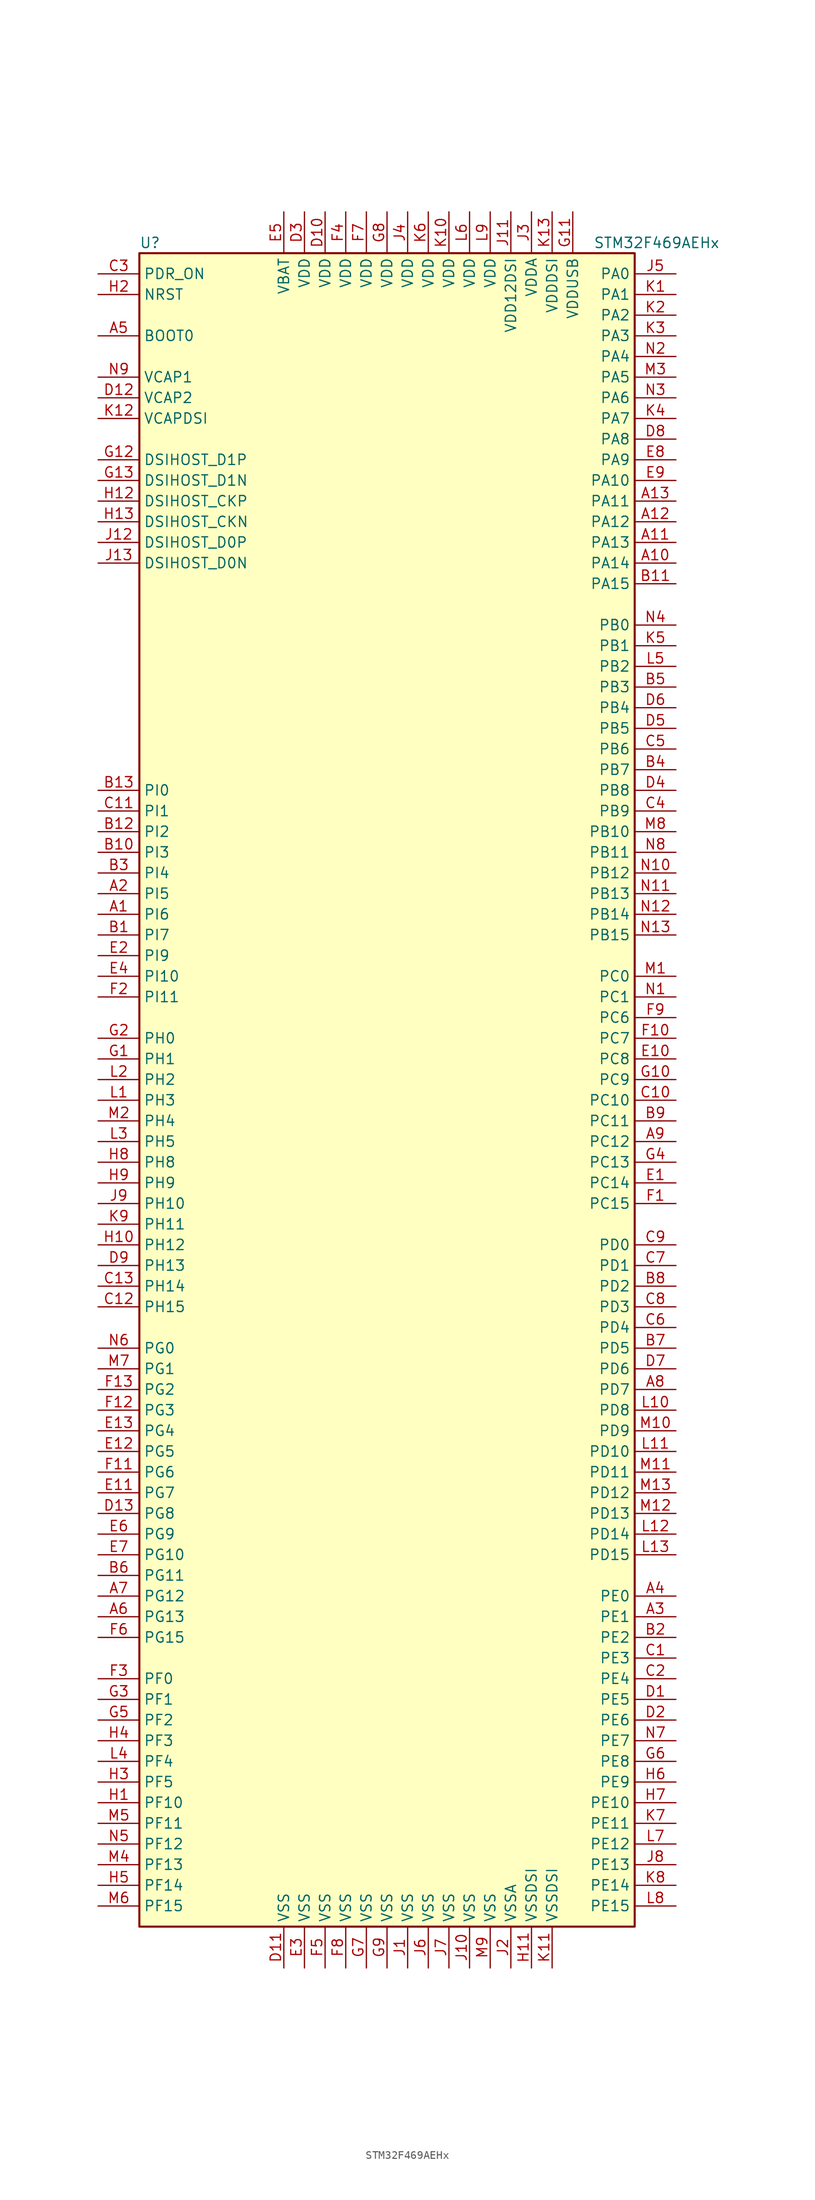
<source format=kicad_sym>
(kicad_symbol_lib
  (version 20201005)
  (generator kicad_symbol_editor)
  (symbol "STM32F469AEHx"
    (property "Reference" "U"
      (at -30.48 102.87 0)
      (effects (font (size 1.27 1.27)) (justify left)))
    (property "Value" "STM32F469AEHx"
      (at 25.4 102.87 0)
      (effects (font (size 1.27 1.27)) (justify left)))
    (symbol "STM32F469AEHx_0_1"
      (rectangle (start -30.48 -104.14) (end 30.48 101.6) (stroke (width 0.254)) (fill (type background))))
    (symbol "STM32F469AEHx_1_1"
      (pin bidirectional line (at -35.56 20.32 0) (length 5.08) (name "PI6" (effects (font (size 1.27 1.27)))) (number "A1" (effects (font (size 1.27 1.27)))))
      (pin bidirectional line (at 35.56 63.5 180) (length 5.08) (name "PA14" (effects (font (size 1.27 1.27)))) (number "A10" (effects (font (size 1.27 1.27)))))
      (pin bidirectional line (at 35.56 66.04 180) (length 5.08) (name "PA13" (effects (font (size 1.27 1.27)))) (number "A11" (effects (font (size 1.27 1.27)))))
      (pin bidirectional line (at 35.56 68.58 180) (length 5.08) (name "PA12" (effects (font (size 1.27 1.27)))) (number "A12" (effects (font (size 1.27 1.27)))))
      (pin bidirectional line (at 35.56 71.12 180) (length 5.08) (name "PA11" (effects (font (size 1.27 1.27)))) (number "A13" (effects (font (size 1.27 1.27)))))
      (pin bidirectional line (at -35.56 22.86 0) (length 5.08) (name "PI5" (effects (font (size 1.27 1.27)))) (number "A2" (effects (font (size 1.27 1.27)))))
      (pin bidirectional line (at 35.56 -66.04 180) (length 5.08) (name "PE1" (effects (font (size 1.27 1.27)))) (number "A3" (effects (font (size 1.27 1.27)))))
      (pin bidirectional line (at 35.56 -63.5 180) (length 5.08) (name "PE0" (effects (font (size 1.27 1.27)))) (number "A4" (effects (font (size 1.27 1.27)))))
      (pin input line (at -35.56 91.44 0) (length 5.08) (name "BOOT0" (effects (font (size 1.27 1.27)))) (number "A5" (effects (font (size 1.27 1.27)))))
      (pin bidirectional line (at -35.56 -66.04 0) (length 5.08) (name "PG13" (effects (font (size 1.27 1.27)))) (number "A6" (effects (font (size 1.27 1.27)))))
      (pin bidirectional line (at -35.56 -63.5 0) (length 5.08) (name "PG12" (effects (font (size 1.27 1.27)))) (number "A7" (effects (font (size 1.27 1.27)))))
      (pin bidirectional line (at 35.56 -38.1 180) (length 5.08) (name "PD7" (effects (font (size 1.27 1.27)))) (number "A8" (effects (font (size 1.27 1.27)))))
      (pin bidirectional line (at 35.56 -7.62 180) (length 5.08) (name "PC12" (effects (font (size 1.27 1.27)))) (number "A9" (effects (font (size 1.27 1.27)))))
      (pin bidirectional line (at -35.56 17.78 0) (length 5.08) (name "PI7" (effects (font (size 1.27 1.27)))) (number "B1" (effects (font (size 1.27 1.27)))))
      (pin bidirectional line (at -35.56 27.94 0) (length 5.08) (name "PI3" (effects (font (size 1.27 1.27)))) (number "B10" (effects (font (size 1.27 1.27)))))
      (pin bidirectional line (at 35.56 60.96 180) (length 5.08) (name "PA15" (effects (font (size 1.27 1.27)))) (number "B11" (effects (font (size 1.27 1.27)))))
      (pin bidirectional line (at -35.56 30.48 0) (length 5.08) (name "PI2" (effects (font (size 1.27 1.27)))) (number "B12" (effects (font (size 1.27 1.27)))))
      (pin bidirectional line (at -35.56 35.56 0) (length 5.08) (name "PI0" (effects (font (size 1.27 1.27)))) (number "B13" (effects (font (size 1.27 1.27)))))
      (pin bidirectional line (at 35.56 -68.58 180) (length 5.08) (name "PE2" (effects (font (size 1.27 1.27)))) (number "B2" (effects (font (size 1.27 1.27)))))
      (pin bidirectional line (at -35.56 25.4 0) (length 5.08) (name "PI4" (effects (font (size 1.27 1.27)))) (number "B3" (effects (font (size 1.27 1.27)))))
      (pin bidirectional line (at 35.56 38.1 180) (length 5.08) (name "PB7" (effects (font (size 1.27 1.27)))) (number "B4" (effects (font (size 1.27 1.27)))))
      (pin bidirectional line (at 35.56 48.26 180) (length 5.08) (name "PB3" (effects (font (size 1.27 1.27)))) (number "B5" (effects (font (size 1.27 1.27)))))
      (pin bidirectional line (at -35.56 -60.96 0) (length 5.08) (name "PG11" (effects (font (size 1.27 1.27)))) (number "B6" (effects (font (size 1.27 1.27)))))
      (pin bidirectional line (at 35.56 -33.02 180) (length 5.08) (name "PD5" (effects (font (size 1.27 1.27)))) (number "B7" (effects (font (size 1.27 1.27)))))
      (pin bidirectional line (at 35.56 -25.4 180) (length 5.08) (name "PD2" (effects (font (size 1.27 1.27)))) (number "B8" (effects (font (size 1.27 1.27)))))
      (pin bidirectional line (at 35.56 -5.08 180) (length 5.08) (name "PC11" (effects (font (size 1.27 1.27)))) (number "B9" (effects (font (size 1.27 1.27)))))
      (pin bidirectional line (at 35.56 -71.12 180) (length 5.08) (name "PE3" (effects (font (size 1.27 1.27)))) (number "C1" (effects (font (size 1.27 1.27)))))
      (pin bidirectional line (at 35.56 -2.54 180) (length 5.08) (name "PC10" (effects (font (size 1.27 1.27)))) (number "C10" (effects (font (size 1.27 1.27)))))
      (pin bidirectional line (at -35.56 33.02 0) (length 5.08) (name "PI1" (effects (font (size 1.27 1.27)))) (number "C11" (effects (font (size 1.27 1.27)))))
      (pin bidirectional line (at -35.56 -27.94 0) (length 5.08) (name "PH15" (effects (font (size 1.27 1.27)))) (number "C12" (effects (font (size 1.27 1.27)))))
      (pin bidirectional line (at -35.56 -25.4 0) (length 5.08) (name "PH14" (effects (font (size 1.27 1.27)))) (number "C13" (effects (font (size 1.27 1.27)))))
      (pin bidirectional line (at 35.56 -73.66 180) (length 5.08) (name "PE4" (effects (font (size 1.27 1.27)))) (number "C2" (effects (font (size 1.27 1.27)))))
      (pin input line (at -35.56 99.06 0) (length 5.08) (name "PDR_ON" (effects (font (size 1.27 1.27)))) (number "C3" (effects (font (size 1.27 1.27)))))
      (pin bidirectional line (at 35.56 33.02 180) (length 5.08) (name "PB9" (effects (font (size 1.27 1.27)))) (number "C4" (effects (font (size 1.27 1.27)))))
      (pin bidirectional line (at 35.56 40.64 180) (length 5.08) (name "PB6" (effects (font (size 1.27 1.27)))) (number "C5" (effects (font (size 1.27 1.27)))))
      (pin bidirectional line (at 35.56 -30.48 180) (length 5.08) (name "PD4" (effects (font (size 1.27 1.27)))) (number "C6" (effects (font (size 1.27 1.27)))))
      (pin bidirectional line (at 35.56 -22.86 180) (length 5.08) (name "PD1" (effects (font (size 1.27 1.27)))) (number "C7" (effects (font (size 1.27 1.27)))))
      (pin bidirectional line (at 35.56 -27.94 180) (length 5.08) (name "PD3" (effects (font (size 1.27 1.27)))) (number "C8" (effects (font (size 1.27 1.27)))))
      (pin bidirectional line (at 35.56 -20.32 180) (length 5.08) (name "PD0" (effects (font (size 1.27 1.27)))) (number "C9" (effects (font (size 1.27 1.27)))))
      (pin bidirectional line (at 35.56 -76.2 180) (length 5.08) (name "PE5" (effects (font (size 1.27 1.27)))) (number "D1" (effects (font (size 1.27 1.27)))))
      (pin power_in line (at -7.62 106.68 270) (length 5.08) (name "VDD" (effects (font (size 1.27 1.27)))) (number "D10" (effects (font (size 1.27 1.27)))))
      (pin power_in line (at -12.7 -109.22 90) (length 5.08) (name "VSS" (effects (font (size 1.27 1.27)))) (number "D11" (effects (font (size 1.27 1.27)))))
      (pin power_in line (at -35.56 83.82 0) (length 5.08) (name "VCAP2" (effects (font (size 1.27 1.27)))) (number "D12" (effects (font (size 1.27 1.27)))))
      (pin bidirectional line (at -35.56 -53.34 0) (length 5.08) (name "PG8" (effects (font (size 1.27 1.27)))) (number "D13" (effects (font (size 1.27 1.27)))))
      (pin bidirectional line (at 35.56 -78.74 180) (length 5.08) (name "PE6" (effects (font (size 1.27 1.27)))) (number "D2" (effects (font (size 1.27 1.27)))))
      (pin power_in line (at -10.16 106.68 270) (length 5.08) (name "VDD" (effects (font (size 1.27 1.27)))) (number "D3" (effects (font (size 1.27 1.27)))))
      (pin bidirectional line (at 35.56 35.56 180) (length 5.08) (name "PB8" (effects (font (size 1.27 1.27)))) (number "D4" (effects (font (size 1.27 1.27)))))
      (pin bidirectional line (at 35.56 43.18 180) (length 5.08) (name "PB5" (effects (font (size 1.27 1.27)))) (number "D5" (effects (font (size 1.27 1.27)))))
      (pin bidirectional line (at 35.56 45.72 180) (length 5.08) (name "PB4" (effects (font (size 1.27 1.27)))) (number "D6" (effects (font (size 1.27 1.27)))))
      (pin bidirectional line (at 35.56 -35.56 180) (length 5.08) (name "PD6" (effects (font (size 1.27 1.27)))) (number "D7" (effects (font (size 1.27 1.27)))))
      (pin bidirectional line (at 35.56 78.74 180) (length 5.08) (name "PA8" (effects (font (size 1.27 1.27)))) (number "D8" (effects (font (size 1.27 1.27)))))
      (pin bidirectional line (at -35.56 -22.86 0) (length 5.08) (name "PH13" (effects (font (size 1.27 1.27)))) (number "D9" (effects (font (size 1.27 1.27)))))
      (pin bidirectional line (at 35.56 -12.7 180) (length 5.08) (name "PC14" (effects (font (size 1.27 1.27)))) (number "E1" (effects (font (size 1.27 1.27)))))
      (pin bidirectional line (at 35.56 2.54 180) (length 5.08) (name "PC8" (effects (font (size 1.27 1.27)))) (number "E10" (effects (font (size 1.27 1.27)))))
      (pin bidirectional line (at -35.56 -50.8 0) (length 5.08) (name "PG7" (effects (font (size 1.27 1.27)))) (number "E11" (effects (font (size 1.27 1.27)))))
      (pin bidirectional line (at -35.56 -45.72 0) (length 5.08) (name "PG5" (effects (font (size 1.27 1.27)))) (number "E12" (effects (font (size 1.27 1.27)))))
      (pin bidirectional line (at -35.56 -43.18 0) (length 5.08) (name "PG4" (effects (font (size 1.27 1.27)))) (number "E13" (effects (font (size 1.27 1.27)))))
      (pin bidirectional line (at -35.56 15.24 0) (length 5.08) (name "PI9" (effects (font (size 1.27 1.27)))) (number "E2" (effects (font (size 1.27 1.27)))))
      (pin power_in line (at -10.16 -109.22 90) (length 5.08) (name "VSS" (effects (font (size 1.27 1.27)))) (number "E3" (effects (font (size 1.27 1.27)))))
      (pin bidirectional line (at -35.56 12.7 0) (length 5.08) (name "PI10" (effects (font (size 1.27 1.27)))) (number "E4" (effects (font (size 1.27 1.27)))))
      (pin power_in line (at -12.7 106.68 270) (length 5.08) (name "VBAT" (effects (font (size 1.27 1.27)))) (number "E5" (effects (font (size 1.27 1.27)))))
      (pin bidirectional line (at -35.56 -55.88 0) (length 5.08) (name "PG9" (effects (font (size 1.27 1.27)))) (number "E6" (effects (font (size 1.27 1.27)))))
      (pin bidirectional line (at -35.56 -58.42 0) (length 5.08) (name "PG10" (effects (font (size 1.27 1.27)))) (number "E7" (effects (font (size 1.27 1.27)))))
      (pin bidirectional line (at 35.56 76.2 180) (length 5.08) (name "PA9" (effects (font (size 1.27 1.27)))) (number "E8" (effects (font (size 1.27 1.27)))))
      (pin bidirectional line (at 35.56 73.66 180) (length 5.08) (name "PA10" (effects (font (size 1.27 1.27)))) (number "E9" (effects (font (size 1.27 1.27)))))
      (pin bidirectional line (at 35.56 -15.24 180) (length 5.08) (name "PC15" (effects (font (size 1.27 1.27)))) (number "F1" (effects (font (size 1.27 1.27)))))
      (pin bidirectional line (at 35.56 5.08 180) (length 5.08) (name "PC7" (effects (font (size 1.27 1.27)))) (number "F10" (effects (font (size 1.27 1.27)))))
      (pin bidirectional line (at -35.56 -48.26 0) (length 5.08) (name "PG6" (effects (font (size 1.27 1.27)))) (number "F11" (effects (font (size 1.27 1.27)))))
      (pin bidirectional line (at -35.56 -40.64 0) (length 5.08) (name "PG3" (effects (font (size 1.27 1.27)))) (number "F12" (effects (font (size 1.27 1.27)))))
      (pin bidirectional line (at -35.56 -38.1 0) (length 5.08) (name "PG2" (effects (font (size 1.27 1.27)))) (number "F13" (effects (font (size 1.27 1.27)))))
      (pin bidirectional line (at -35.56 10.16 0) (length 5.08) (name "PI11" (effects (font (size 1.27 1.27)))) (number "F2" (effects (font (size 1.27 1.27)))))
      (pin bidirectional line (at -35.56 -73.66 0) (length 5.08) (name "PF0" (effects (font (size 1.27 1.27)))) (number "F3" (effects (font (size 1.27 1.27)))))
      (pin power_in line (at -5.08 106.68 270) (length 5.08) (name "VDD" (effects (font (size 1.27 1.27)))) (number "F4" (effects (font (size 1.27 1.27)))))
      (pin power_in line (at -7.62 -109.22 90) (length 5.08) (name "VSS" (effects (font (size 1.27 1.27)))) (number "F5" (effects (font (size 1.27 1.27)))))
      (pin bidirectional line (at -35.56 -68.58 0) (length 5.08) (name "PG15" (effects (font (size 1.27 1.27)))) (number "F6" (effects (font (size 1.27 1.27)))))
      (pin power_in line (at -2.54 106.68 270) (length 5.08) (name "VDD" (effects (font (size 1.27 1.27)))) (number "F7" (effects (font (size 1.27 1.27)))))
      (pin power_in line (at -5.08 -109.22 90) (length 5.08) (name "VSS" (effects (font (size 1.27 1.27)))) (number "F8" (effects (font (size 1.27 1.27)))))
      (pin bidirectional line (at 35.56 7.62 180) (length 5.08) (name "PC6" (effects (font (size 1.27 1.27)))) (number "F9" (effects (font (size 1.27 1.27)))))
      (pin input line (at -35.56 2.54 0) (length 5.08) (name "PH1" (effects (font (size 1.27 1.27)))) (number "G1" (effects (font (size 1.27 1.27)))))
      (pin bidirectional line (at 35.56 0 180) (length 5.08) (name "PC9" (effects (font (size 1.27 1.27)))) (number "G10" (effects (font (size 1.27 1.27)))))
      (pin power_in line (at 22.86 106.68 270) (length 5.08) (name "VDDUSB" (effects (font (size 1.27 1.27)))) (number "G11" (effects (font (size 1.27 1.27)))))
      (pin bidirectional line (at -35.56 76.2 0) (length 5.08) (name "DSIHOST_D1P" (effects (font (size 1.27 1.27)))) (number "G12" (effects (font (size 1.27 1.27)))))
      (pin bidirectional line (at -35.56 73.66 0) (length 5.08) (name "DSIHOST_D1N" (effects (font (size 1.27 1.27)))) (number "G13" (effects (font (size 1.27 1.27)))))
      (pin input line (at -35.56 5.08 0) (length 5.08) (name "PH0" (effects (font (size 1.27 1.27)))) (number "G2" (effects (font (size 1.27 1.27)))))
      (pin bidirectional line (at -35.56 -76.2 0) (length 5.08) (name "PF1" (effects (font (size 1.27 1.27)))) (number "G3" (effects (font (size 1.27 1.27)))))
      (pin bidirectional line (at 35.56 -10.16 180) (length 5.08) (name "PC13" (effects (font (size 1.27 1.27)))) (number "G4" (effects (font (size 1.27 1.27)))))
      (pin bidirectional line (at -35.56 -78.74 0) (length 5.08) (name "PF2" (effects (font (size 1.27 1.27)))) (number "G5" (effects (font (size 1.27 1.27)))))
      (pin bidirectional line (at 35.56 -83.82 180) (length 5.08) (name "PE8" (effects (font (size 1.27 1.27)))) (number "G6" (effects (font (size 1.27 1.27)))))
      (pin power_in line (at -2.54 -109.22 90) (length 5.08) (name "VSS" (effects (font (size 1.27 1.27)))) (number "G7" (effects (font (size 1.27 1.27)))))
      (pin power_in line (at 0 106.68 270) (length 5.08) (name "VDD" (effects (font (size 1.27 1.27)))) (number "G8" (effects (font (size 1.27 1.27)))))
      (pin power_in line (at 0 -109.22 90) (length 5.08) (name "VSS" (effects (font (size 1.27 1.27)))) (number "G9" (effects (font (size 1.27 1.27)))))
      (pin bidirectional line (at -35.56 -88.9 0) (length 5.08) (name "PF10" (effects (font (size 1.27 1.27)))) (number "H1" (effects (font (size 1.27 1.27)))))
      (pin bidirectional line (at -35.56 -20.32 0) (length 5.08) (name "PH12" (effects (font (size 1.27 1.27)))) (number "H10" (effects (font (size 1.27 1.27)))))
      (pin power_in line (at 17.78 -109.22 90) (length 5.08) (name "VSSDSI" (effects (font (size 1.27 1.27)))) (number "H11" (effects (font (size 1.27 1.27)))))
      (pin bidirectional line (at -35.56 71.12 0) (length 5.08) (name "DSIHOST_CKP" (effects (font (size 1.27 1.27)))) (number "H12" (effects (font (size 1.27 1.27)))))
      (pin bidirectional line (at -35.56 68.58 0) (length 5.08) (name "DSIHOST_CKN" (effects (font (size 1.27 1.27)))) (number "H13" (effects (font (size 1.27 1.27)))))
      (pin input line (at -35.56 96.52 0) (length 5.08) (name "NRST" (effects (font (size 1.27 1.27)))) (number "H2" (effects (font (size 1.27 1.27)))))
      (pin bidirectional line (at -35.56 -86.36 0) (length 5.08) (name "PF5" (effects (font (size 1.27 1.27)))) (number "H3" (effects (font (size 1.27 1.27)))))
      (pin bidirectional line (at -35.56 -81.28 0) (length 5.08) (name "PF3" (effects (font (size 1.27 1.27)))) (number "H4" (effects (font (size 1.27 1.27)))))
      (pin bidirectional line (at -35.56 -99.06 0) (length 5.08) (name "PF14" (effects (font (size 1.27 1.27)))) (number "H5" (effects (font (size 1.27 1.27)))))
      (pin bidirectional line (at 35.56 -86.36 180) (length 5.08) (name "PE9" (effects (font (size 1.27 1.27)))) (number "H6" (effects (font (size 1.27 1.27)))))
      (pin bidirectional line (at 35.56 -88.9 180) (length 5.08) (name "PE10" (effects (font (size 1.27 1.27)))) (number "H7" (effects (font (size 1.27 1.27)))))
      (pin bidirectional line (at -35.56 -10.16 0) (length 5.08) (name "PH8" (effects (font (size 1.27 1.27)))) (number "H8" (effects (font (size 1.27 1.27)))))
      (pin bidirectional line (at -35.56 -12.7 0) (length 5.08) (name "PH9" (effects (font (size 1.27 1.27)))) (number "H9" (effects (font (size 1.27 1.27)))))
      (pin power_in line (at 2.54 -109.22 90) (length 5.08) (name "VSS" (effects (font (size 1.27 1.27)))) (number "J1" (effects (font (size 1.27 1.27)))))
      (pin power_in line (at 10.16 -109.22 90) (length 5.08) (name "VSS" (effects (font (size 1.27 1.27)))) (number "J10" (effects (font (size 1.27 1.27)))))
      (pin power_in line (at 15.24 106.68 270) (length 5.08) (name "VDD12DSI" (effects (font (size 1.27 1.27)))) (number "J11" (effects (font (size 1.27 1.27)))))
      (pin bidirectional line (at -35.56 66.04 0) (length 5.08) (name "DSIHOST_D0P" (effects (font (size 1.27 1.27)))) (number "J12" (effects (font (size 1.27 1.27)))))
      (pin bidirectional line (at -35.56 63.5 0) (length 5.08) (name "DSIHOST_D0N" (effects (font (size 1.27 1.27)))) (number "J13" (effects (font (size 1.27 1.27)))))
      (pin power_in line (at 15.24 -109.22 90) (length 5.08) (name "VSSA" (effects (font (size 1.27 1.27)))) (number "J2" (effects (font (size 1.27 1.27)))))
      (pin power_in line (at 17.78 106.68 270) (length 5.08) (name "VDDA" (effects (font (size 1.27 1.27)))) (number "J3" (effects (font (size 1.27 1.27)))))
      (pin power_in line (at 2.54 106.68 270) (length 5.08) (name "VDD" (effects (font (size 1.27 1.27)))) (number "J4" (effects (font (size 1.27 1.27)))))
      (pin bidirectional line (at 35.56 99.06 180) (length 5.08) (name "PA0" (effects (font (size 1.27 1.27)))) (number "J5" (effects (font (size 1.27 1.27)))))
      (pin power_in line (at 5.08 -109.22 90) (length 5.08) (name "VSS" (effects (font (size 1.27 1.27)))) (number "J6" (effects (font (size 1.27 1.27)))))
      (pin power_in line (at 7.62 -109.22 90) (length 5.08) (name "VSS" (effects (font (size 1.27 1.27)))) (number "J7" (effects (font (size 1.27 1.27)))))
      (pin bidirectional line (at 35.56 -96.52 180) (length 5.08) (name "PE13" (effects (font (size 1.27 1.27)))) (number "J8" (effects (font (size 1.27 1.27)))))
      (pin bidirectional line (at -35.56 -15.24 0) (length 5.08) (name "PH10" (effects (font (size 1.27 1.27)))) (number "J9" (effects (font (size 1.27 1.27)))))
      (pin bidirectional line (at 35.56 96.52 180) (length 5.08) (name "PA1" (effects (font (size 1.27 1.27)))) (number "K1" (effects (font (size 1.27 1.27)))))
      (pin power_in line (at 7.62 106.68 270) (length 5.08) (name "VDD" (effects (font (size 1.27 1.27)))) (number "K10" (effects (font (size 1.27 1.27)))))
      (pin power_in line (at 20.32 -109.22 90) (length 5.08) (name "VSSDSI" (effects (font (size 1.27 1.27)))) (number "K11" (effects (font (size 1.27 1.27)))))
      (pin power_in line (at -35.56 81.28 0) (length 5.08) (name "VCAPDSI" (effects (font (size 1.27 1.27)))) (number "K12" (effects (font (size 1.27 1.27)))))
      (pin power_in line (at 20.32 106.68 270) (length 5.08) (name "VDDDSI" (effects (font (size 1.27 1.27)))) (number "K13" (effects (font (size 1.27 1.27)))))
      (pin bidirectional line (at 35.56 93.98 180) (length 5.08) (name "PA2" (effects (font (size 1.27 1.27)))) (number "K2" (effects (font (size 1.27 1.27)))))
      (pin bidirectional line (at 35.56 91.44 180) (length 5.08) (name "PA3" (effects (font (size 1.27 1.27)))) (number "K3" (effects (font (size 1.27 1.27)))))
      (pin bidirectional line (at 35.56 81.28 180) (length 5.08) (name "PA7" (effects (font (size 1.27 1.27)))) (number "K4" (effects (font (size 1.27 1.27)))))
      (pin bidirectional line (at 35.56 53.34 180) (length 5.08) (name "PB1" (effects (font (size 1.27 1.27)))) (number "K5" (effects (font (size 1.27 1.27)))))
      (pin power_in line (at 5.08 106.68 270) (length 5.08) (name "VDD" (effects (font (size 1.27 1.27)))) (number "K6" (effects (font (size 1.27 1.27)))))
      (pin bidirectional line (at 35.56 -91.44 180) (length 5.08) (name "PE11" (effects (font (size 1.27 1.27)))) (number "K7" (effects (font (size 1.27 1.27)))))
      (pin bidirectional line (at 35.56 -99.06 180) (length 5.08) (name "PE14" (effects (font (size 1.27 1.27)))) (number "K8" (effects (font (size 1.27 1.27)))))
      (pin bidirectional line (at -35.56 -17.78 0) (length 5.08) (name "PH11" (effects (font (size 1.27 1.27)))) (number "K9" (effects (font (size 1.27 1.27)))))
      (pin bidirectional line (at -35.56 -2.54 0) (length 5.08) (name "PH3" (effects (font (size 1.27 1.27)))) (number "L1" (effects (font (size 1.27 1.27)))))
      (pin bidirectional line (at 35.56 -40.64 180) (length 5.08) (name "PD8" (effects (font (size 1.27 1.27)))) (number "L10" (effects (font (size 1.27 1.27)))))
      (pin bidirectional line (at 35.56 -45.72 180) (length 5.08) (name "PD10" (effects (font (size 1.27 1.27)))) (number "L11" (effects (font (size 1.27 1.27)))))
      (pin bidirectional line (at 35.56 -55.88 180) (length 5.08) (name "PD14" (effects (font (size 1.27 1.27)))) (number "L12" (effects (font (size 1.27 1.27)))))
      (pin bidirectional line (at 35.56 -58.42 180) (length 5.08) (name "PD15" (effects (font (size 1.27 1.27)))) (number "L13" (effects (font (size 1.27 1.27)))))
      (pin bidirectional line (at -35.56 0 0) (length 5.08) (name "PH2" (effects (font (size 1.27 1.27)))) (number "L2" (effects (font (size 1.27 1.27)))))
      (pin bidirectional line (at -35.56 -7.62 0) (length 5.08) (name "PH5" (effects (font (size 1.27 1.27)))) (number "L3" (effects (font (size 1.27 1.27)))))
      (pin bidirectional line (at -35.56 -83.82 0) (length 5.08) (name "PF4" (effects (font (size 1.27 1.27)))) (number "L4" (effects (font (size 1.27 1.27)))))
      (pin bidirectional line (at 35.56 50.8 180) (length 5.08) (name "PB2" (effects (font (size 1.27 1.27)))) (number "L5" (effects (font (size 1.27 1.27)))))
      (pin power_in line (at 10.16 106.68 270) (length 5.08) (name "VDD" (effects (font (size 1.27 1.27)))) (number "L6" (effects (font (size 1.27 1.27)))))
      (pin bidirectional line (at 35.56 -93.98 180) (length 5.08) (name "PE12" (effects (font (size 1.27 1.27)))) (number "L7" (effects (font (size 1.27 1.27)))))
      (pin bidirectional line (at 35.56 -101.6 180) (length 5.08) (name "PE15" (effects (font (size 1.27 1.27)))) (number "L8" (effects (font (size 1.27 1.27)))))
      (pin power_in line (at 12.7 106.68 270) (length 5.08) (name "VDD" (effects (font (size 1.27 1.27)))) (number "L9" (effects (font (size 1.27 1.27)))))
      (pin bidirectional line (at 35.56 12.7 180) (length 5.08) (name "PC0" (effects (font (size 1.27 1.27)))) (number "M1" (effects (font (size 1.27 1.27)))))
      (pin bidirectional line (at 35.56 -43.18 180) (length 5.08) (name "PD9" (effects (font (size 1.27 1.27)))) (number "M10" (effects (font (size 1.27 1.27)))))
      (pin bidirectional line (at 35.56 -48.26 180) (length 5.08) (name "PD11" (effects (font (size 1.27 1.27)))) (number "M11" (effects (font (size 1.27 1.27)))))
      (pin bidirectional line (at 35.56 -53.34 180) (length 5.08) (name "PD13" (effects (font (size 1.27 1.27)))) (number "M12" (effects (font (size 1.27 1.27)))))
      (pin bidirectional line (at 35.56 -50.8 180) (length 5.08) (name "PD12" (effects (font (size 1.27 1.27)))) (number "M13" (effects (font (size 1.27 1.27)))))
      (pin bidirectional line (at -35.56 -5.08 0) (length 5.08) (name "PH4" (effects (font (size 1.27 1.27)))) (number "M2" (effects (font (size 1.27 1.27)))))
      (pin bidirectional line (at 35.56 86.36 180) (length 5.08) (name "PA5" (effects (font (size 1.27 1.27)))) (number "M3" (effects (font (size 1.27 1.27)))))
      (pin bidirectional line (at -35.56 -96.52 0) (length 5.08) (name "PF13" (effects (font (size 1.27 1.27)))) (number "M4" (effects (font (size 1.27 1.27)))))
      (pin bidirectional line (at -35.56 -91.44 0) (length 5.08) (name "PF11" (effects (font (size 1.27 1.27)))) (number "M5" (effects (font (size 1.27 1.27)))))
      (pin bidirectional line (at -35.56 -101.6 0) (length 5.08) (name "PF15" (effects (font (size 1.27 1.27)))) (number "M6" (effects (font (size 1.27 1.27)))))
      (pin bidirectional line (at -35.56 -35.56 0) (length 5.08) (name "PG1" (effects (font (size 1.27 1.27)))) (number "M7" (effects (font (size 1.27 1.27)))))
      (pin bidirectional line (at 35.56 30.48 180) (length 5.08) (name "PB10" (effects (font (size 1.27 1.27)))) (number "M8" (effects (font (size 1.27 1.27)))))
      (pin power_in line (at 12.7 -109.22 90) (length 5.08) (name "VSS" (effects (font (size 1.27 1.27)))) (number "M9" (effects (font (size 1.27 1.27)))))
      (pin bidirectional line (at 35.56 10.16 180) (length 5.08) (name "PC1" (effects (font (size 1.27 1.27)))) (number "N1" (effects (font (size 1.27 1.27)))))
      (pin bidirectional line (at 35.56 25.4 180) (length 5.08) (name "PB12" (effects (font (size 1.27 1.27)))) (number "N10" (effects (font (size 1.27 1.27)))))
      (pin bidirectional line (at 35.56 22.86 180) (length 5.08) (name "PB13" (effects (font (size 1.27 1.27)))) (number "N11" (effects (font (size 1.27 1.27)))))
      (pin bidirectional line (at 35.56 20.32 180) (length 5.08) (name "PB14" (effects (font (size 1.27 1.27)))) (number "N12" (effects (font (size 1.27 1.27)))))
      (pin bidirectional line (at 35.56 17.78 180) (length 5.08) (name "PB15" (effects (font (size 1.27 1.27)))) (number "N13" (effects (font (size 1.27 1.27)))))
      (pin bidirectional line (at 35.56 88.9 180) (length 5.08) (name "PA4" (effects (font (size 1.27 1.27)))) (number "N2" (effects (font (size 1.27 1.27)))))
      (pin bidirectional line (at 35.56 83.82 180) (length 5.08) (name "PA6" (effects (font (size 1.27 1.27)))) (number "N3" (effects (font (size 1.27 1.27)))))
      (pin bidirectional line (at 35.56 55.88 180) (length 5.08) (name "PB0" (effects (font (size 1.27 1.27)))) (number "N4" (effects (font (size 1.27 1.27)))))
      (pin bidirectional line (at -35.56 -93.98 0) (length 5.08) (name "PF12" (effects (font (size 1.27 1.27)))) (number "N5" (effects (font (size 1.27 1.27)))))
      (pin bidirectional line (at -35.56 -33.02 0) (length 5.08) (name "PG0" (effects (font (size 1.27 1.27)))) (number "N6" (effects (font (size 1.27 1.27)))))
      (pin bidirectional line (at 35.56 -81.28 180) (length 5.08) (name "PE7" (effects (font (size 1.27 1.27)))) (number "N7" (effects (font (size 1.27 1.27)))))
      (pin bidirectional line (at 35.56 27.94 180) (length 5.08) (name "PB11" (effects (font (size 1.27 1.27)))) (number "N8" (effects (font (size 1.27 1.27)))))
      (pin power_in line (at -35.56 86.36 0) (length 5.08) (name "VCAP1" (effects (font (size 1.27 1.27)))) (number "N9" (effects (font (size 1.27 1.27))))))))
</source>
